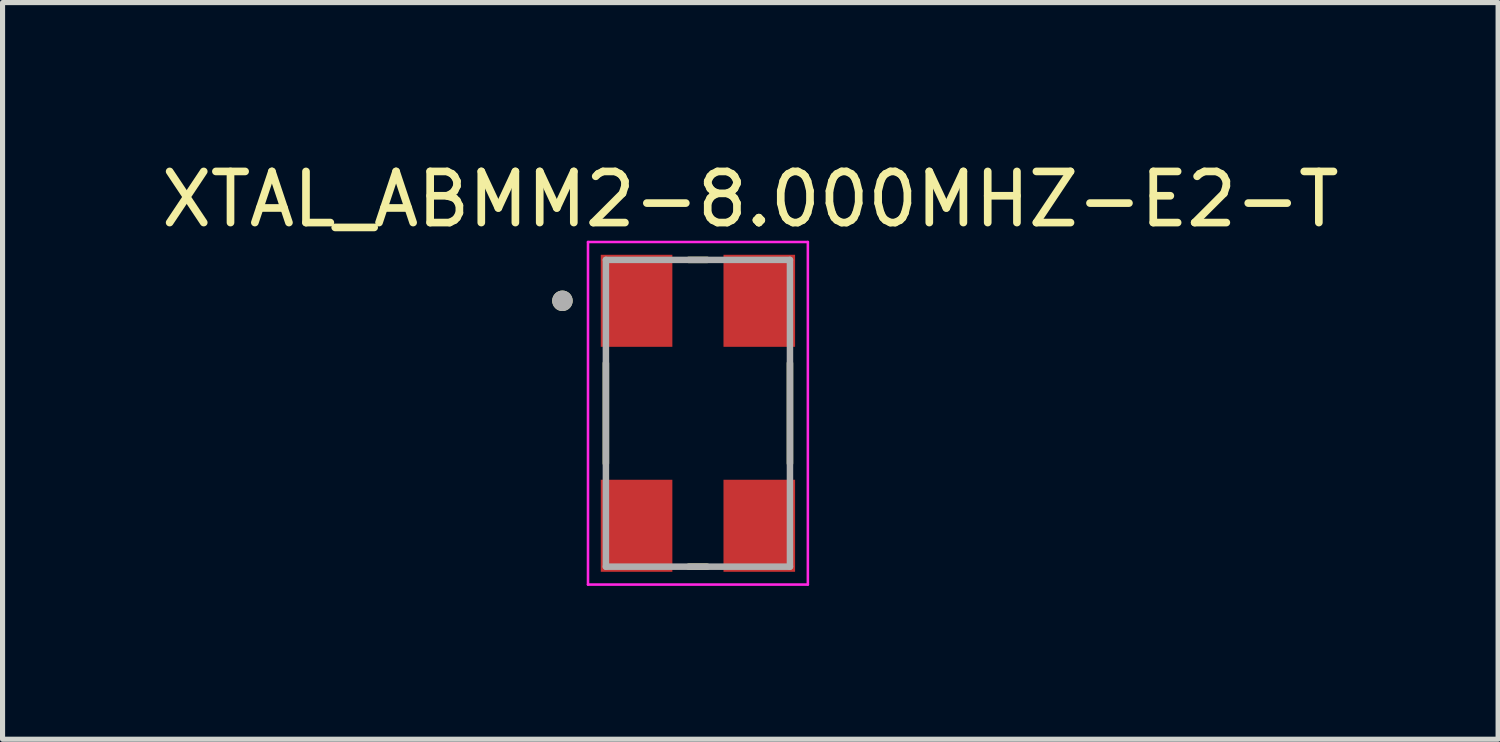
<source format=kicad_pcb>
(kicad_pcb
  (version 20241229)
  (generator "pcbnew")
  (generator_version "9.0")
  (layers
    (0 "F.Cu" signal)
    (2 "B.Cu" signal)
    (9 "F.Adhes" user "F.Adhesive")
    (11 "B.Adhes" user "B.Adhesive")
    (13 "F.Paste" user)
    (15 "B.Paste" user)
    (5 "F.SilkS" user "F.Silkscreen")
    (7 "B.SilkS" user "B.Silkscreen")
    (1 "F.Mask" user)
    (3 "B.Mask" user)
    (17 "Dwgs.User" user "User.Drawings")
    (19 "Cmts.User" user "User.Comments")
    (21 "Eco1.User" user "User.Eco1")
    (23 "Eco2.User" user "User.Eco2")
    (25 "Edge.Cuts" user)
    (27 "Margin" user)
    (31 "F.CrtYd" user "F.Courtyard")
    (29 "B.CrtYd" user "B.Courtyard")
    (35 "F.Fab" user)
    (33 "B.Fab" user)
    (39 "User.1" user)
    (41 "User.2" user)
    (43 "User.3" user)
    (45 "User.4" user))
  (footprint "XTAL_ABMM2-8.000MHZ-E2-T"
    (layer "F.Cu")
    (at 10.6 5.033)
    (property "Reference" "XTAL_ABMM2-8.000MHZ-E2-T" (at 1.025 -4.185 0) (layer "F.SilkS") (effects (font (size 1 1) (thickness 0.15))))
    (attr smd)
    (fp_line (start -1.8 -0.98) (end -1.8 0.98) (stroke (width 0.127) (type solid)) (layer "F.SilkS"))
    (fp_line (start -0.18 -3) (end 0.18 -3) (stroke (width 0.127) (type solid)) (layer "F.SilkS"))
    (fp_line (start -0.18 3) (end 0.18 3) (stroke (width 0.127) (type solid)) (layer "F.SilkS"))
    (fp_line (start 1.8 -0.98) (end 1.8 0.98) (stroke (width 0.127) (type solid)) (layer "F.SilkS"))
    (fp_circle (center -2.65 -2.2) (end -2.55 -2.2) (stroke (width 0.2) (type solid)) (fill no) (layer "F.SilkS"))
    (fp_line (start -2.15 -3.35) (end -2.15 3.35) (stroke (width 0.05) (type solid)) (layer "F.CrtYd"))
    (fp_line (start -2.15 -3.35) (end 2.15 -3.35) (stroke (width 0.05) (type solid)) (layer "F.CrtYd"))
    (fp_line (start 2.15 -3.35) (end 2.15 3.35) (stroke (width 0.05) (type solid)) (layer "F.CrtYd"))
    (fp_line (start 2.15 3.35) (end -2.15 3.35) (stroke (width 0.05) (type solid)) (layer "F.CrtYd"))
    (fp_line (start -1.8 -3) (end -1.8 3) (stroke (width 0.127) (type solid)) (layer "F.Fab"))
    (fp_line (start -1.8 -3) (end 1.8 -3) (stroke (width 0.127) (type solid)) (layer "F.Fab"))
    (fp_line (start 1.8 -3) (end 1.8 3) (stroke (width 0.127) (type solid)) (layer "F.Fab"))
    (fp_line (start 1.8 3) (end -1.8 3) (stroke (width 0.127) (type solid)) (layer "F.Fab"))
    (fp_circle (center -2.65 -2.2) (end -2.55 -2.2) (stroke (width 0.2) (type solid)) (fill no) (layer "F.Fab"))
    (pad "1" smd rect (at -1.2 -2.2) (size 1.4 1.8) (layers "F.Cu" "F.Mask" "F.Paste"))
    (pad "2" smd rect (at -1.2 2.2) (size 1.4 1.8) (layers "F.Cu" "F.Mask" "F.Paste"))
    (pad "3" smd rect (at 1.2 2.2) (size 1.4 1.8) (layers "F.Cu" "F.Mask" "F.Paste"))
    (pad "4" smd rect (at 1.2 -2.2) (size 1.4 1.8) (layers "F.Cu" "F.Mask" "F.Paste")))
  (gr_rect
    (start -3 -3)
    (end 26.25 11.408)
    (stroke (width 0.1) (type default))
    (fill no)
    (layer "Edge.Cuts")))
</source>
